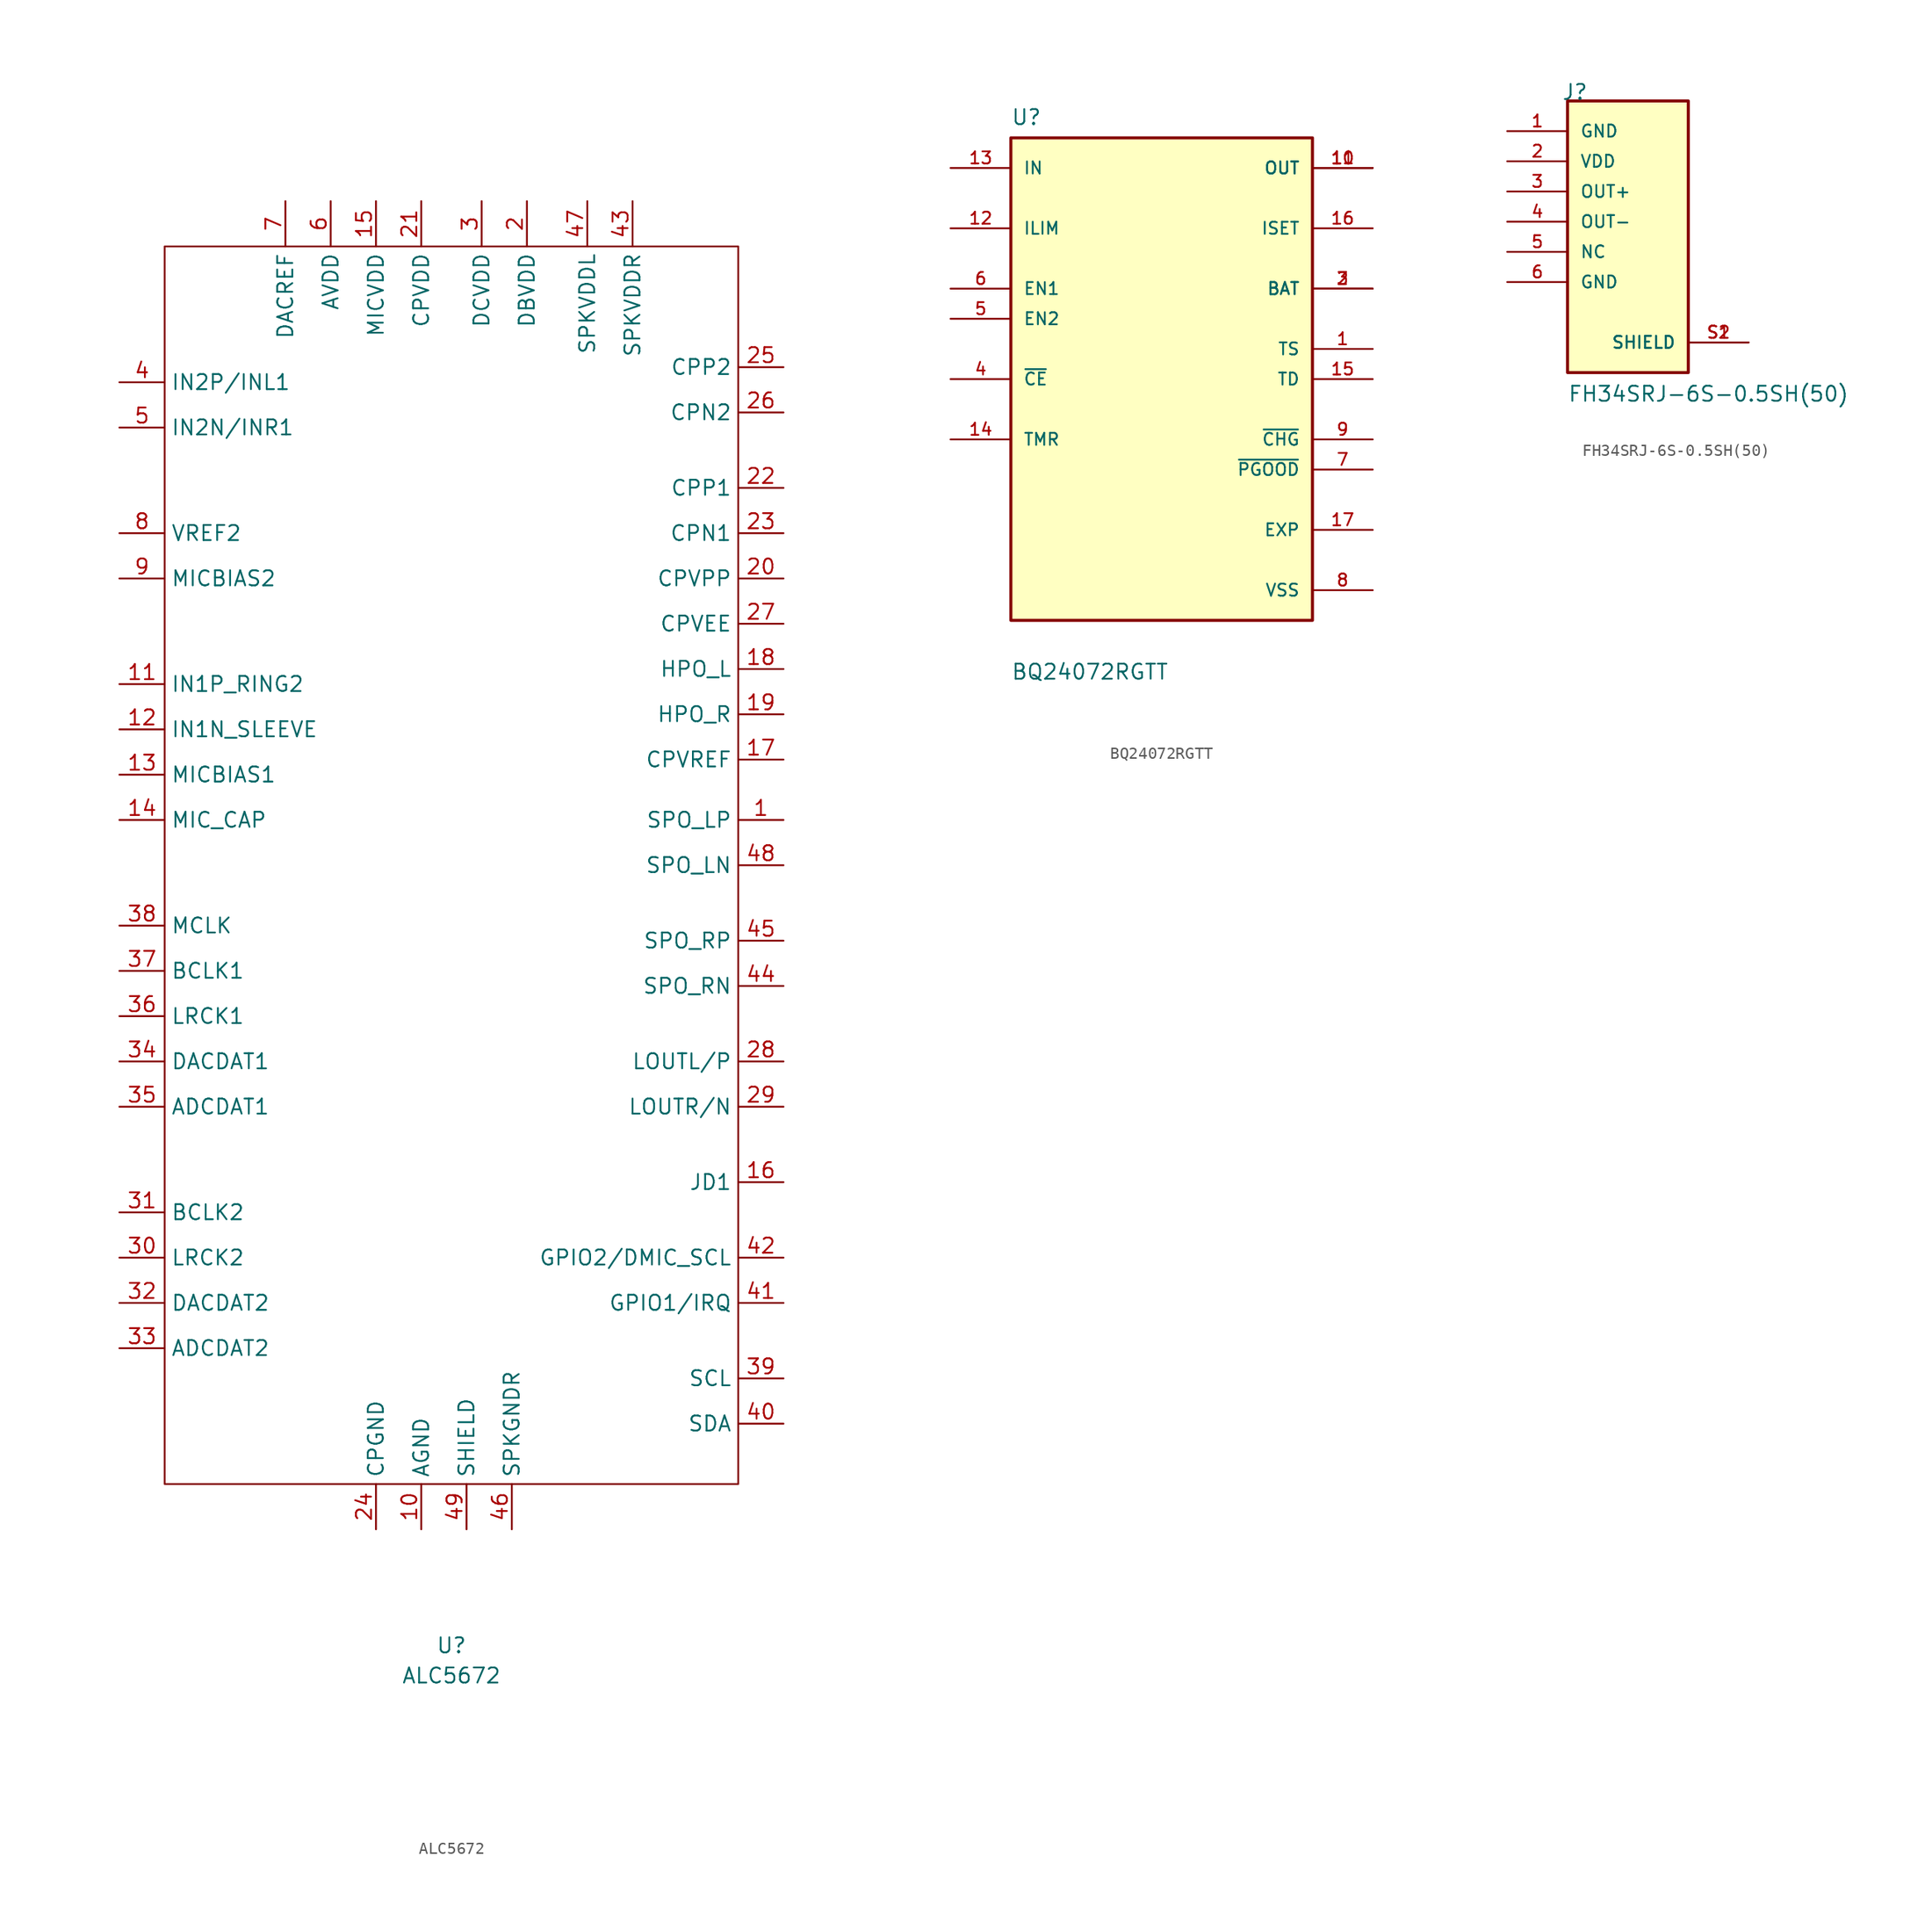
<source format=kicad_sym>
(kicad_symbol_lib
  (version 20211014)
  (generator kicad_symbol_editor)
  (symbol "ALC5672"
    (property "Reference" "U"
      (at 0 -68.195 0)
      (effects (font (size 1.27 1.27))))
    (property "Value" "ALC5672"
      (at 0 -70.735 0)
      (effects (font (size 1.27 1.27))))
    (symbol "ALC5672_0_1"
      (rectangle (start -24.13 49.53) (end 24.13 -54.61) (stroke (width 0) (type default) (color 0 0 0 0)) (fill (type none))))
    (symbol "ALC5672_1_1"
      (pin passive line (at 27.94 1.27 180) (length 3.81) (name "SPO_LP" (effects (font (size 1.27 1.27)))) (number "1" (effects (font (size 1.27 1.27)))))
      (pin passive line (at -2.54 -58.42 90) (length 3.81) (name "AGND" (effects (font (size 1.27 1.27)))) (number "10" (effects (font (size 1.27 1.27)))))
      (pin passive line (at -27.94 12.7 0) (length 3.81) (name "IN1P_RING2" (effects (font (size 1.27 1.27)))) (number "11" (effects (font (size 1.27 1.27)))))
      (pin passive line (at -27.94 8.89 0) (length 3.81) (name "IN1N_SLEEVE" (effects (font (size 1.27 1.27)))) (number "12" (effects (font (size 1.27 1.27)))))
      (pin passive line (at -27.94 5.08 0) (length 3.81) (name "MICBIAS1" (effects (font (size 1.27 1.27)))) (number "13" (effects (font (size 1.27 1.27)))))
      (pin passive line (at -27.94 1.27 0) (length 3.81) (name "MIC_CAP" (effects (font (size 1.27 1.27)))) (number "14" (effects (font (size 1.27 1.27)))))
      (pin passive line (at -6.35 53.34 270) (length 3.81) (name "MICVDD" (effects (font (size 1.27 1.27)))) (number "15" (effects (font (size 1.27 1.27)))))
      (pin passive line (at 27.94 -29.21 180) (length 3.81) (name "JD1" (effects (font (size 1.27 1.27)))) (number "16" (effects (font (size 1.27 1.27)))))
      (pin passive line (at 27.94 6.35 180) (length 3.81) (name "CPVREF" (effects (font (size 1.27 1.27)))) (number "17" (effects (font (size 1.27 1.27)))))
      (pin passive line (at 27.94 13.97 180) (length 3.81) (name "HPO_L" (effects (font (size 1.27 1.27)))) (number "18" (effects (font (size 1.27 1.27)))))
      (pin passive line (at 27.94 10.16 180) (length 3.81) (name "HPO_R" (effects (font (size 1.27 1.27)))) (number "19" (effects (font (size 1.27 1.27)))))
      (pin passive line (at 6.35 53.34 270) (length 3.81) (name "DBVDD" (effects (font (size 1.27 1.27)))) (number "2" (effects (font (size 1.27 1.27)))))
      (pin passive line (at 27.94 21.59 180) (length 3.81) (name "CPVPP" (effects (font (size 1.27 1.27)))) (number "20" (effects (font (size 1.27 1.27)))))
      (pin passive line (at -2.54 53.34 270) (length 3.81) (name "CPVDD" (effects (font (size 1.27 1.27)))) (number "21" (effects (font (size 1.27 1.27)))))
      (pin passive line (at 27.94 29.21 180) (length 3.81) (name "CPP1" (effects (font (size 1.27 1.27)))) (number "22" (effects (font (size 1.27 1.27)))))
      (pin passive line (at 27.94 25.4 180) (length 3.81) (name "CPN1" (effects (font (size 1.27 1.27)))) (number "23" (effects (font (size 1.27 1.27)))))
      (pin passive line (at -6.35 -58.42 90) (length 3.81) (name "CPGND" (effects (font (size 1.27 1.27)))) (number "24" (effects (font (size 1.27 1.27)))))
      (pin passive line (at 27.94 39.37 180) (length 3.81) (name "CPP2" (effects (font (size 1.27 1.27)))) (number "25" (effects (font (size 1.27 1.27)))))
      (pin passive line (at 27.94 35.56 180) (length 3.81) (name "CPN2" (effects (font (size 1.27 1.27)))) (number "26" (effects (font (size 1.27 1.27)))))
      (pin passive line (at 27.94 17.78 180) (length 3.81) (name "CPVEE" (effects (font (size 1.27 1.27)))) (number "27" (effects (font (size 1.27 1.27)))))
      (pin passive line (at 27.94 -19.05 180) (length 3.81) (name "LOUTL/P" (effects (font (size 1.27 1.27)))) (number "28" (effects (font (size 1.27 1.27)))))
      (pin passive line (at 27.94 -22.86 180) (length 3.81) (name "LOUTR/N" (effects (font (size 1.27 1.27)))) (number "29" (effects (font (size 1.27 1.27)))))
      (pin passive line (at 2.54 53.34 270) (length 3.81) (name "DCVDD" (effects (font (size 1.27 1.27)))) (number "3" (effects (font (size 1.27 1.27)))))
      (pin passive line (at -27.94 -35.56 0) (length 3.81) (name "LRCK2" (effects (font (size 1.27 1.27)))) (number "30" (effects (font (size 1.27 1.27)))))
      (pin passive line (at -27.94 -31.75 0) (length 3.81) (name "BCLK2" (effects (font (size 1.27 1.27)))) (number "31" (effects (font (size 1.27 1.27)))))
      (pin passive line (at -27.94 -39.37 0) (length 3.81) (name "DACDAT2" (effects (font (size 1.27 1.27)))) (number "32" (effects (font (size 1.27 1.27)))))
      (pin passive line (at -27.94 -43.18 0) (length 3.81) (name "ADCDAT2" (effects (font (size 1.27 1.27)))) (number "33" (effects (font (size 1.27 1.27)))))
      (pin passive line (at -27.94 -19.05 0) (length 3.81) (name "DACDAT1" (effects (font (size 1.27 1.27)))) (number "34" (effects (font (size 1.27 1.27)))))
      (pin passive line (at -27.94 -22.86 0) (length 3.81) (name "ADCDAT1" (effects (font (size 1.27 1.27)))) (number "35" (effects (font (size 1.27 1.27)))))
      (pin passive line (at -27.94 -15.24 0) (length 3.81) (name "LRCK1" (effects (font (size 1.27 1.27)))) (number "36" (effects (font (size 1.27 1.27)))))
      (pin passive line (at -27.94 -11.43 0) (length 3.81) (name "BCLK1" (effects (font (size 1.27 1.27)))) (number "37" (effects (font (size 1.27 1.27)))))
      (pin passive line (at -27.94 -7.62 0) (length 3.81) (name "MCLK" (effects (font (size 1.27 1.27)))) (number "38" (effects (font (size 1.27 1.27)))))
      (pin passive line (at 27.94 -45.72 180) (length 3.81) (name "SCL" (effects (font (size 1.27 1.27)))) (number "39" (effects (font (size 1.27 1.27)))))
      (pin passive line (at -27.94 38.1 0) (length 3.81) (name "IN2P/INL1" (effects (font (size 1.27 1.27)))) (number "4" (effects (font (size 1.27 1.27)))))
      (pin passive line (at 27.94 -49.53 180) (length 3.81) (name "SDA" (effects (font (size 1.27 1.27)))) (number "40" (effects (font (size 1.27 1.27)))))
      (pin passive line (at 27.94 -39.37 180) (length 3.81) (name "GPIO1/IRQ" (effects (font (size 1.27 1.27)))) (number "41" (effects (font (size 1.27 1.27)))))
      (pin passive line (at 27.94 -35.56 180) (length 3.81) (name "GPIO2/DMIC_SCL" (effects (font (size 1.27 1.27)))) (number "42" (effects (font (size 1.27 1.27)))))
      (pin passive line (at 15.24 53.34 270) (length 3.81) (name "SPKVDDR" (effects (font (size 1.27 1.27)))) (number "43" (effects (font (size 1.27 1.27)))))
      (pin passive line (at 27.94 -12.7 180) (length 3.81) (name "SPO_RN" (effects (font (size 1.27 1.27)))) (number "44" (effects (font (size 1.27 1.27)))))
      (pin passive line (at 27.94 -8.89 180) (length 3.81) (name "SPO_RP" (effects (font (size 1.27 1.27)))) (number "45" (effects (font (size 1.27 1.27)))))
      (pin passive line (at 5.08 -58.42 90) (length 3.81) (name "SPKGNDR" (effects (font (size 1.27 1.27)))) (number "46" (effects (font (size 1.27 1.27)))))
      (pin passive line (at 11.43 53.34 270) (length 3.81) (name "SPKVDDL" (effects (font (size 1.27 1.27)))) (number "47" (effects (font (size 1.27 1.27)))))
      (pin passive line (at 27.94 -2.54 180) (length 3.81) (name "SPO_LN" (effects (font (size 1.27 1.27)))) (number "48" (effects (font (size 1.27 1.27)))))
      (pin passive line (at 1.27 -58.42 90) (length 3.81) (name "SHIELD" (effects (font (size 1.27 1.27)))) (number "49" (effects (font (size 1.27 1.27)))))
      (pin passive line (at -27.94 34.29 0) (length 3.81) (name "IN2N/INR1" (effects (font (size 1.27 1.27)))) (number "5" (effects (font (size 1.27 1.27)))))
      (pin passive line (at -10.16 53.34 270) (length 3.81) (name "AVDD" (effects (font (size 1.27 1.27)))) (number "6" (effects (font (size 1.27 1.27)))))
      (pin passive line (at -13.97 53.34 270) (length 3.81) (name "DACREF" (effects (font (size 1.27 1.27)))) (number "7" (effects (font (size 1.27 1.27)))))
      (pin passive line (at -27.94 25.4 0) (length 3.81) (name "VREF2" (effects (font (size 1.27 1.27)))) (number "8" (effects (font (size 1.27 1.27)))))
      (pin passive line (at -27.94 21.59 0) (length 3.81) (name "MICBIAS2" (effects (font (size 1.27 1.27)))) (number "9" (effects (font (size 1.27 1.27)))))))
  (symbol "BQ24072RGTT"
    (pin_names
      (offset 1.016))
    (property "Reference" "U"
      (at -12.7 21.311 0)
      (effects (font (size 1.27 1.27)) (justify left bottom)))
    (property "Value" "BQ24072RGTT"
      (at -12.7 -25.4 0)
      (effects (font (size 1.27 1.27)) (justify left bottom)))
    (property "ki_locked" ""
      (at 0 0 0)
      (effects (font (size 1.27 1.27))))
    (symbol "BQ24072RGTT_0_0"
      (rectangle (start -12.7 -20.32) (end 12.7 20.32) (stroke (width 0.254) (type default) (color 0 0 0 0)) (fill (type background)))
      (pin input line (at 17.78 2.54 180) (length 5.08) (name "TS" (effects (font (size 1.016 1.016)))) (number "1" (effects (font (size 1.016 1.016)))))
      (pin output line (at 17.78 17.78 180) (length 5.08) (name "OUT" (effects (font (size 1.016 1.016)))) (number "10" (effects (font (size 1.016 1.016)))))
      (pin output line (at 17.78 17.78 180) (length 5.08) (name "OUT" (effects (font (size 1.016 1.016)))) (number "11" (effects (font (size 1.016 1.016)))))
      (pin input line (at -17.78 12.7 0) (length 5.08) (name "ILIM" (effects (font (size 1.016 1.016)))) (number "12" (effects (font (size 1.016 1.016)))))
      (pin input line (at -17.78 17.78 0) (length 5.08) (name "IN" (effects (font (size 1.016 1.016)))) (number "13" (effects (font (size 1.016 1.016)))))
      (pin input line (at -17.78 -5.08 0) (length 5.08) (name "TMR" (effects (font (size 1.016 1.016)))) (number "14" (effects (font (size 1.016 1.016)))))
      (pin input line (at 17.78 0 180) (length 5.08) (name "TD" (effects (font (size 1.016 1.016)))) (number "15" (effects (font (size 1.016 1.016)))))
      (pin bidirectional line (at 17.78 12.7 180) (length 5.08) (name "ISET" (effects (font (size 1.016 1.016)))) (number "16" (effects (font (size 1.016 1.016)))))
      (pin power_in line (at 17.78 -12.7 180) (length 5.08) (name "EXP" (effects (font (size 1.016 1.016)))) (number "17" (effects (font (size 1.016 1.016)))))
      (pin bidirectional line (at 17.78 7.62 180) (length 5.08) (name "BAT" (effects (font (size 1.016 1.016)))) (number "2" (effects (font (size 1.016 1.016)))))
      (pin bidirectional line (at 17.78 7.62 180) (length 5.08) (name "BAT" (effects (font (size 1.016 1.016)))) (number "3" (effects (font (size 1.016 1.016)))))
      (pin input line (at -17.78 0 0) (length 5.08) (name "~{CE}" (effects (font (size 1.016 1.016)))) (number "4" (effects (font (size 1.016 1.016)))))
      (pin input line (at -17.78 5.08 0) (length 5.08) (name "EN2" (effects (font (size 1.016 1.016)))) (number "5" (effects (font (size 1.016 1.016)))))
      (pin input line (at -17.78 7.62 0) (length 5.08) (name "EN1" (effects (font (size 1.016 1.016)))) (number "6" (effects (font (size 1.016 1.016)))))
      (pin output line (at 17.78 -7.62 180) (length 5.08) (name "~{PGOOD}" (effects (font (size 1.016 1.016)))) (number "7" (effects (font (size 1.016 1.016)))))
      (pin power_in line (at 17.78 -17.78 180) (length 5.08) (name "VSS" (effects (font (size 1.016 1.016)))) (number "8" (effects (font (size 1.016 1.016)))))
      (pin output line (at 17.78 -5.08 180) (length 5.08) (name "~{CHG}" (effects (font (size 1.016 1.016)))) (number "9" (effects (font (size 1.016 1.016)))))))
  (symbol "FH34SRJ-6S-0.5SH(50)"
    (pin_names
      (offset 1.016))
    (property "Reference" "J"
      (at -5.588 10.16 0)
      (effects (font (size 1.27 1.27)) (justify left bottom)))
    (property "Value" "FH34SRJ-6S-0.5SH(50)"
      (at -5.08 -15.24 0)
      (effects (font (size 1.27 1.27)) (justify left bottom)))
    (property "ki_locked" ""
      (at 0 0 0)
      (effects (font (size 1.27 1.27))))
    (symbol "FH34SRJ-6S-0.5SH(50)_0_0"
      (rectangle (start -5.08 -12.7) (end 5.08 10.16) (stroke (width 0.254) (type default) (color 0 0 0 0)) (fill (type background)))
      (pin passive line (at -10.16 7.62 0) (length 5.08) (name "GND" (effects (font (size 1.016 1.016)))) (number "1" (effects (font (size 1.016 1.016)))))
      (pin passive line (at -10.16 5.08 0) (length 5.08) (name "VDD" (effects (font (size 1.016 1.016)))) (number "2" (effects (font (size 1.016 1.016)))))
      (pin passive line (at -10.16 2.54 0) (length 5.08) (name "OUT+" (effects (font (size 1.016 1.016)))) (number "3" (effects (font (size 1.016 1.016)))))
      (pin passive line (at -10.16 0 0) (length 5.08) (name "OUT-" (effects (font (size 1.016 1.016)))) (number "4" (effects (font (size 1.016 1.016)))))
      (pin passive line (at -10.16 -2.54 0) (length 5.08) (name "NC" (effects (font (size 1.016 1.016)))) (number "5" (effects (font (size 1.016 1.016)))))
      (pin passive line (at -10.16 -5.08 0) (length 5.08) (name "GND" (effects (font (size 1.016 1.016)))) (number "6" (effects (font (size 1.016 1.016)))))
      (pin passive line (at 10.16 -10.16 180) (length 5.08) (name "SHIELD" (effects (font (size 1.016 1.016)))) (number "S1" (effects (font (size 1.016 1.016)))))
      (pin passive line (at 10.16 -10.16 180) (length 5.08) (name "SHIELD" (effects (font (size 1.016 1.016)))) (number "S2" (effects (font (size 1.016 1.016))))))))
</source>
